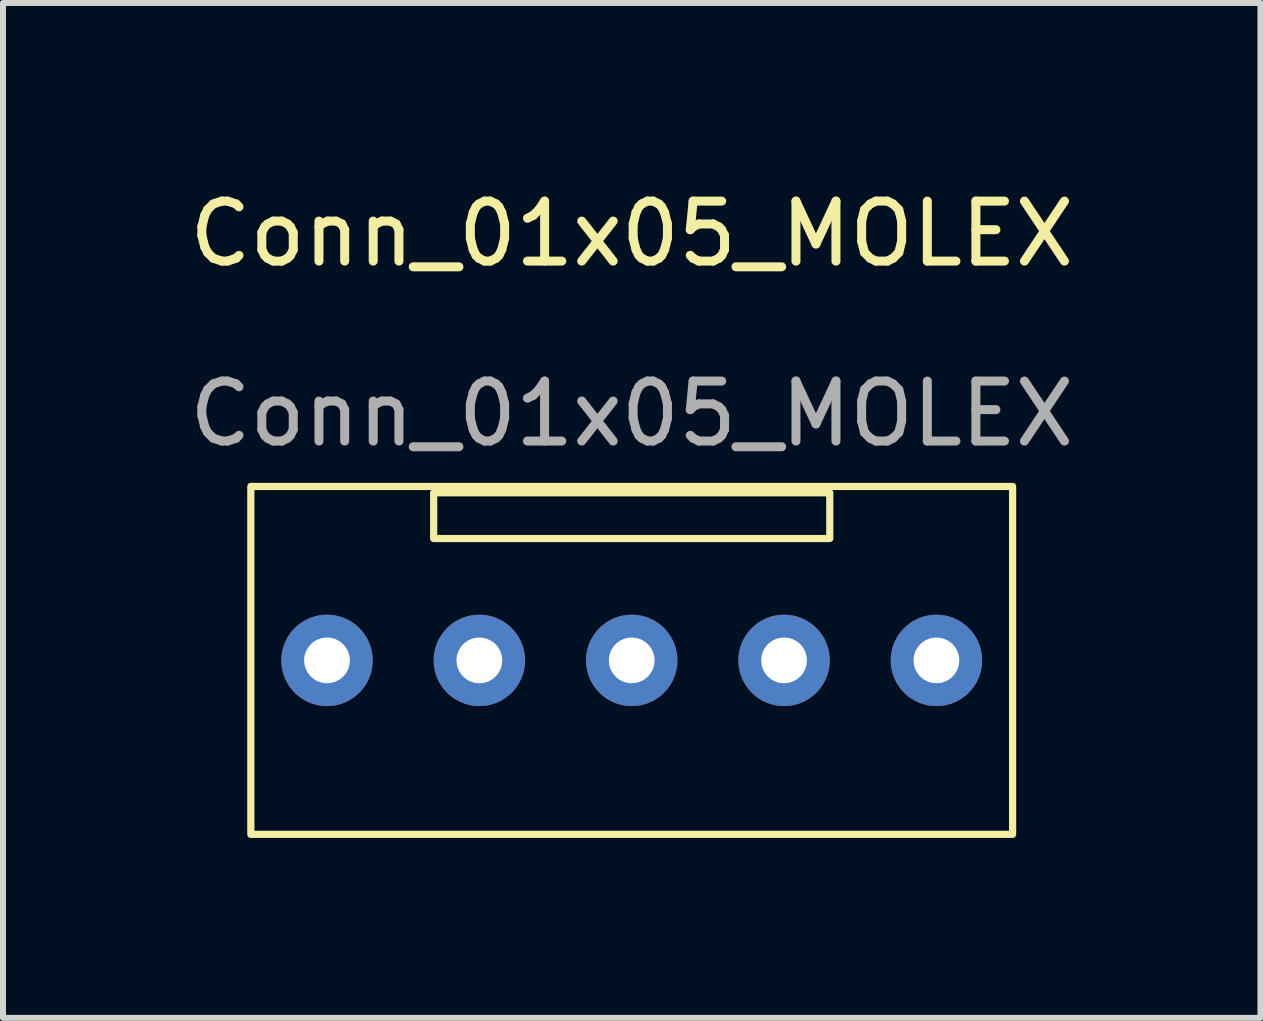
<source format=kicad_pcb>
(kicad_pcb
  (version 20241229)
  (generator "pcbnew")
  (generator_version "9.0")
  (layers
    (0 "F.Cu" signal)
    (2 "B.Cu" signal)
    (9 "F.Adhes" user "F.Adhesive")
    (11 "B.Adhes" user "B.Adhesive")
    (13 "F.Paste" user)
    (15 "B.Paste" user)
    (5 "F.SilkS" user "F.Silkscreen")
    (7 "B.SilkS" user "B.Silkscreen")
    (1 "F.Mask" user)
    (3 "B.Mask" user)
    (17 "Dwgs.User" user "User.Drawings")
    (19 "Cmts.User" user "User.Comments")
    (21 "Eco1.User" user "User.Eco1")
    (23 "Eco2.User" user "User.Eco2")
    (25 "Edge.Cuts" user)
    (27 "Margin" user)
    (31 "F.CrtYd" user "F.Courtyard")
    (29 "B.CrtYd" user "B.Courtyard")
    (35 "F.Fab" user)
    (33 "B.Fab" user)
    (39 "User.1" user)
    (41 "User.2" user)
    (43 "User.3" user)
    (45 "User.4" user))
  (footprint "Conn_01x05_MOLEX"
    (layer "F.Cu")
    (at 7.482 7.96)
    (property "Reference" "Conn_01x05_MOLEX" (at 0 -7.112 0) (unlocked yes) (layer "F.SilkS") (effects (font (size 1 1) (thickness 0.15))))
    (attr through_hole)
    (fp_rect (start -6.35 -2.9) (end 6.35 2.9) (stroke (width 0.12) (type default)) (fill no) (layer "F.SilkS"))
    (fp_rect (start -3.302 -2.794) (end 3.302 -2.032) (stroke (width 0.12) (type default)) (fill no) (layer "F.SilkS"))
    (fp_text user "${REFERENCE}" (at 0 -4.112 0) (unlocked yes) (layer "F.Fab") (effects (font (size 1 1) (thickness 0.15))))
    (pad "1" thru_hole circle (at -5.08 0) (size 1.524 1.524) (drill 0.762) (layers "*.Cu" "*.Mask"))
    (pad "2" thru_hole circle (at -2.54 0) (size 1.524 1.524) (drill 0.762) (layers "*.Cu" "*.Mask"))
    (pad "3" thru_hole circle (at 0 0) (size 1.524 1.524) (drill 0.762) (layers "*.Cu" "*.Mask"))
    (pad "4" thru_hole circle (at 2.54 0) (size 1.524 1.524) (drill 0.762) (layers "*.Cu" "*.Mask"))
    (pad "8" thru_hole circle (at 5.08 0) (size 1.524 1.524) (drill 0.762) (layers "*.Cu" "*.Mask")))
  (gr_rect
    (start -3 -3)
    (end 17.964 13.92)
    (stroke (width 0.1) (type default))
    (fill no)
    (layer "Edge.Cuts")))
</source>
